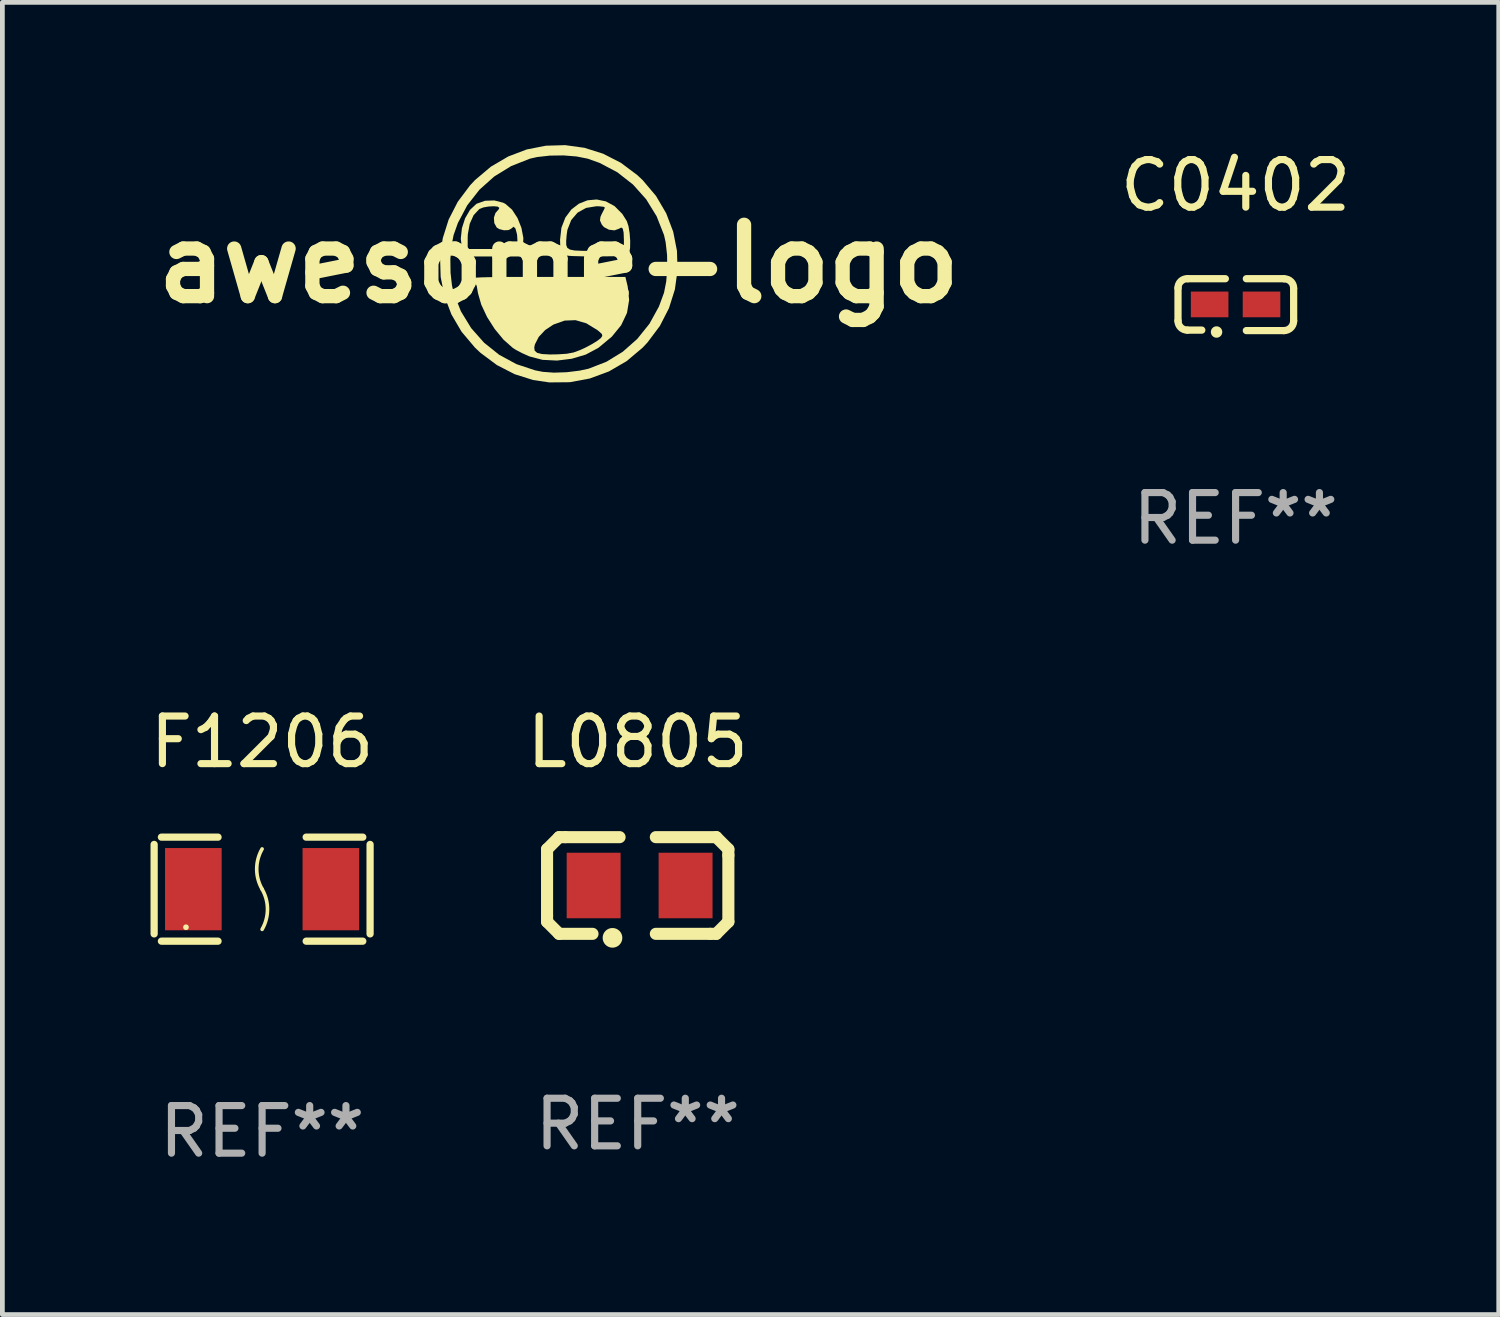
<source format=kicad_pcb>
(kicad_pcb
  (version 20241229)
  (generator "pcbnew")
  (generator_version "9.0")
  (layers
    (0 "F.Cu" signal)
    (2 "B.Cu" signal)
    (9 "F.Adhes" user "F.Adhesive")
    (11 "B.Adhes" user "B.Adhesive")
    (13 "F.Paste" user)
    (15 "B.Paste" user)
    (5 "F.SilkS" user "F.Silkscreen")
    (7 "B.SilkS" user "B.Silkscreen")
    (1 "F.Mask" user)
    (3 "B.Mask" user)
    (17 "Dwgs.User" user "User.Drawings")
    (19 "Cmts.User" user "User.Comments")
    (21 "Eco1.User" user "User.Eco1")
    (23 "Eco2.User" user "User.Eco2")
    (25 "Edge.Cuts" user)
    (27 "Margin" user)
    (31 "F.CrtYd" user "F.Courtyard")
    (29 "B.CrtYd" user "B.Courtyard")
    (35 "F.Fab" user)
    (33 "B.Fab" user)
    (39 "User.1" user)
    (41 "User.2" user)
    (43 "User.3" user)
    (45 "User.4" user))
  (footprint "F1206"
    (layer "F.Cu")
    (at 2.458 15.635)
    (property "Reference" "F1206" (at 0 -3.093 0) (layer "F.SilkS") (effects (font (size 1 1) (thickness 0.15))))
    (attr through_hole)
    (fp_line (start -2.269 -0.94) (end -2.269 0.94) (stroke (width 0.152) (type solid)) (layer "F.SilkS"))
    (fp_line (start -2.116 1.093) (end -0.926 1.093) (stroke (width 0.152) (type solid)) (layer "F.SilkS"))
    (fp_line (start -0.926 -1.093) (end -2.116 -1.093) (stroke (width 0.152) (type solid)) (layer "F.SilkS"))
    (fp_line (start 0.926 -1.093) (end 2.116 -1.093) (stroke (width 0.152) (type solid)) (layer "F.SilkS"))
    (fp_line (start 2.116 1.093) (end 0.926 1.093) (stroke (width 0.152) (type solid)) (layer "F.SilkS"))
    (fp_line (start 2.269 -0.94) (end 2.269 0.94) (stroke (width 0.152) (type solid)) (layer "F.SilkS"))
    (fp_arc (start 0 0) (mid -0.113202 -0.422475) (end 0 -0.844951) (stroke (width 0.0762) (type solid)) (layer "F.SilkS"))
    (fp_arc (start 0 0) (mid 0.113202 0.422475) (end 0 0.844951) (stroke (width 0.0762) (type solid)) (layer "F.SilkS"))
    (fp_circle (center -1.6 0.8) (end -1.57 0.8) (stroke (width 0.06) (type solid)) (fill no) (layer "F.SilkS"))
    (fp_text user "REF**" (at 0 5.093 0) (layer "F.Fab") (effects (font (size 1 1) (thickness 0.15))))
    (pad "1" smd rect (at -1.445 0) (size 1.19 1.728) (layers "F.Cu" "F.Mask" "F.Paste"))
    (pad "2" smd rect (at 1.445 0) (size 1.19 1.728) (layers "F.Cu" "F.Mask" "F.Paste")))
  (footprint "L0805"
    (layer "F.Cu")
    (at 10.391 15.558)
    (property "Reference" "L0805" (at -0.04 -3.016 0) (layer "F.SilkS") (effects (font (size 1 1) (thickness 0.15))))
    (attr through_hole)
    (fp_line (start -1.945 -0.762) (end -1.945 0.635) (stroke (width 0.254) (type solid)) (layer "F.SilkS"))
    (fp_line (start -1.945 0.635) (end -1.945 0.762) (stroke (width 0.254) (type solid)) (layer "F.SilkS"))
    (fp_line (start -1.945 0.762) (end -1.691 1.016) (stroke (width 0.254) (type solid)) (layer "F.SilkS"))
    (fp_line (start -1.691 -1.016) (end -1.945 -0.762) (stroke (width 0.254) (type solid)) (layer "F.SilkS"))
    (fp_line (start -1.691 1.016) (end -0.99 1.016) (stroke (width 0.254) (type solid)) (layer "F.SilkS"))
    (fp_line (start -1.564 -1.016) (end -1.691 -1.016) (stroke (width 0.254) (type solid)) (layer "F.SilkS"))
    (fp_line (start -0.421 -1.016) (end -1.564 -1.016) (stroke (width 0.254) (type solid)) (layer "F.SilkS"))
    (fp_line (start 0.341 1.016) (end 1.484 1.016) (stroke (width 0.254) (type solid)) (layer "F.SilkS"))
    (fp_line (start 1.484 1.016) (end 1.611 1.016) (stroke (width 0.254) (type solid)) (layer "F.SilkS"))
    (fp_line (start 1.611 -1.016) (end 0.341 -1.016) (stroke (width 0.254) (type solid)) (layer "F.SilkS"))
    (fp_line (start 1.611 1.016) (end 1.865 0.762) (stroke (width 0.254) (type solid)) (layer "F.SilkS"))
    (fp_line (start 1.865 -0.762) (end 1.611 -1.016) (stroke (width 0.254) (type solid)) (layer "F.SilkS"))
    (fp_line (start 1.865 -0.635) (end 1.865 -0.762) (stroke (width 0.254) (type solid)) (layer "F.SilkS"))
    (fp_line (start 1.865 0.762) (end 1.865 -0.635) (stroke (width 0.254) (type solid)) (layer "F.SilkS"))
    (fp_circle (center -0.57 1.1) (end -0.395 1.125) (stroke (width 0.06) (type solid)) (fill yes) (layer "F.SilkS"))
    (fp_text user "REF**" (at -0.04 5.016 0) (layer "F.Fab") (effects (font (size 1 1) (thickness 0.15))))
    (pad "1" smd rect (at -0.966 0) (size 1.133 1.377) (layers "F.Cu" "F.Mask" "F.Paste"))
    (pad "2" smd rect (at 0.966 0) (size 1.133 1.377) (layers "F.Cu" "F.Mask" "F.Paste")))
  (footprint "awesome-logo"
    (layer "F.Cu")
    (at 8.693 2.495)
    (property "Reference" "awesome-logo" (at 0 0 0) (layer "F.SilkS") (effects (font (size 1.5 1.5) (thickness 0.3))))
    (attr board_only exclude_from_pos_files exclude_from_bom)
    (fp_poly (pts (xy -1.172 -1.286) (xy -1.124 -1.262) (xy -0.983 -1.14) (xy -0.868 -0.964) (xy -0.786 -0.758) (xy -0.745 -0.544) (xy -0.754 -0.346) (xy -0.777 -0.264) (xy -0.819 -0.156) (xy -1.404 -0.156) (xy -1.99 -0.156) (xy -2.032 -0.313) (xy -1.915 -0.313) (xy -1.409 -0.313) (xy -1.202 -0.313) (xy -1.059 -0.317) (xy -0.969 -0.325) (xy -0.917 -0.341) (xy -0.891 -0.365) (xy -0.879 -0.392) (xy -0.869 -0.483) (xy -0.876 -0.603) (xy -0.88 -0.627) (xy -0.91 -0.74) (xy -0.949 -0.781) (xy -0.994 -0.746) (xy -0.996 -0.742) (xy -1.056 -0.71) (xy -1.153 -0.706) (xy -1.252 -0.731) (xy -1.306 -0.765) (xy -1.356 -0.857) (xy -1.364 -0.972) (xy -1.331 -1.07) (xy -1.309 -1.094) (xy -1.26 -1.151) (xy -1.25 -1.177) (xy -1.284 -1.203) (xy -1.368 -1.211) (xy -1.477 -1.205) (xy -1.585 -1.186) (xy -1.666 -1.154) (xy -1.672 -1.15) (xy -1.79 -1.024) (xy -1.872 -0.842) (xy -1.912 -0.623) (xy -1.915 -0.549) (xy -1.915 -0.313) (xy -2.032 -0.313) (xy -2.035 -0.322) (xy -2.06 -0.531) (xy -2.036 -0.75) (xy -1.969 -0.958) (xy -1.866 -1.135) (xy -1.734 -1.259) (xy -1.723 -1.265) (xy -1.551 -1.326) (xy -1.356 -1.333)) (stroke (width 0) (type solid)) (fill yes) (layer "F.SilkS"))
    (fp_poly (pts (xy 0.989 -1.313) (xy 1.172 -1.213) (xy 1.334 -1.05) (xy 1.429 -0.899) (xy 1.464 -0.793) (xy 1.488 -0.646) (xy 1.5 -0.485) (xy 1.498 -0.337) (xy 1.48 -0.228) (xy 1.469 -0.201) (xy 1.423 -0.182) (xy 1.309 -0.169) (xy 1.125 -0.16) (xy 0.866 -0.157) (xy 0.762 -0.156) (xy 0.478 -0.159) (xy 0.269 -0.165) (xy 0.132 -0.177) (xy 0.063 -0.194) (xy 0.055 -0.201) (xy 0.041 -0.261) (xy 0.03 -0.374) (xy 0.027 -0.485) (xy 0.155 -0.485) (xy 0.156 -0.396) (xy 0.179 -0.336) (xy 0.235 -0.3) (xy 0.333 -0.281) (xy 0.486 -0.274) (xy 0.702 -0.273) (xy 0.78 -0.274) (xy 1.368 -0.274) (xy 1.368 -0.501) (xy 1.362 -0.656) (xy 1.344 -0.741) (xy 1.31 -0.764) (xy 1.266 -0.739) (xy 1.17 -0.704) (xy 1.053 -0.718) (xy 0.948 -0.773) (xy 0.902 -0.827) (xy 0.865 -0.912) (xy 0.875 -0.988) (xy 0.899 -1.042) (xy 0.943 -1.128) (xy 0.969 -1.182) (xy 0.969 -1.182) (xy 0.943 -1.199) (xy 0.859 -1.209) (xy 0.791 -1.211) (xy 0.574 -1.176) (xy 0.395 -1.077) (xy 0.261 -0.921) (xy 0.181 -0.717) (xy 0.165 -0.609) (xy 0.155 -0.485) (xy 0.027 -0.485) (xy 0.026 -0.504) (xy 0.055 -0.76) (xy 0.138 -0.974) (xy 0.265 -1.144) (xy 0.423 -1.265) (xy 0.604 -1.336) (xy 0.796 -1.353)) (stroke (width 0) (type solid)) (fill yes) (layer "F.SilkS"))
    (fp_poly (pts (xy 1.447 0.473) (xy 1.478 0.758) (xy 1.433 1.03) (xy 1.311 1.288) (xy 1.114 1.53) (xy 0.841 1.757) (xy 0.824 1.769) (xy 0.567 1.906) (xy 0.272 1.994) (xy -0.038 2.032) (xy -0.342 2.017) (xy -0.617 1.945) (xy -0.629 1.94) (xy -0.771 1.876) (xy -0.902 1.807) (xy -0.964 1.768) (xy -0.978 1.756) (xy -0.516 1.756) (xy -0.508 1.823) (xy -0.456 1.869) (xy -0.353 1.895) (xy -0.188 1.904) (xy -0.02 1.901) (xy 0.166 1.889) (xy 0.31 1.862) (xy 0.453 1.809) (xy 0.555 1.762) (xy 0.692 1.689) (xy 0.808 1.618) (xy 0.877 1.565) (xy 0.88 1.563) (xy 0.914 1.515) (xy 0.905 1.474) (xy 0.844 1.418) (xy 0.811 1.392) (xy 0.578 1.249) (xy 0.351 1.183) (xy 0.123 1.192) (xy -0.112 1.275) (xy -0.286 1.39) (xy -0.422 1.535) (xy -0.502 1.691) (xy -0.516 1.756) (xy -0.978 1.756) (xy -1.161 1.594) (xy -1.347 1.369) (xy -1.508 1.116) (xy -1.63 0.856) (xy -1.7 0.611) (xy -1.705 0.578) (xy -1.725 0.464) (xy -1.753 0.409) (xy -1.802 0.391) (xy -1.822 0.391) (xy -1.897 0.369) (xy -1.915 0.332) (xy -1.907 0.318) (xy -1.879 0.306) (xy -1.825 0.296) (xy -1.738 0.289) (xy -1.61 0.283) (xy -1.436 0.279) (xy -1.209 0.276) (xy -0.922 0.274) (xy -0.568 0.274) (xy -0.258 0.274) (xy 1.399 0.274)) (stroke (width 0) (type solid)) (fill yes) (layer "F.SilkS"))
    (fp_poly (pts (xy 0.538 -2.439) (xy 0.931 -2.315) (xy 1.304 -2.124) (xy 1.65 -1.865) (xy 1.761 -1.761) (xy 2.043 -1.427) (xy 2.257 -1.062) (xy 2.404 -0.675) (xy 2.483 -0.273) (xy 2.495 0.134) (xy 2.439 0.538) (xy 2.315 0.931) (xy 2.124 1.304) (xy 1.865 1.65) (xy 1.761 1.761) (xy 1.425 2.044) (xy 1.052 2.261) (xy 0.651 2.409) (xy 0.231 2.487) (xy -0.2 2.491) (xy -0.54 2.441) (xy -0.929 2.318) (xy -1.302 2.126) (xy -1.643 1.872) (xy -1.761 1.761) (xy -2.043 1.427) (xy -2.257 1.062) (xy -2.404 0.675) (xy -2.483 0.273) (xy -2.494 -0.098) (xy -2.279 -0.098) (xy -2.275 0.188) (xy -2.245 0.454) (xy -2.211 0.606) (xy -2.057 0.998) (xy -1.841 1.351) (xy -1.569 1.658) (xy -1.251 1.912) (xy -0.891 2.107) (xy -0.499 2.237) (xy -0.336 2.269) (xy -0.103 2.286) (xy 0.166 2.277) (xy 0.435 2.244) (xy 0.625 2.203) (xy 1.001 2.057) (xy 1.345 1.846) (xy 1.649 1.577) (xy 1.905 1.258) (xy 2.104 0.897) (xy 2.211 0.606) (xy 2.257 0.373) (xy 2.279 0.098) (xy 2.275 -0.188) (xy 2.245 -0.454) (xy 2.211 -0.606) (xy 2.055 -1.001) (xy 1.836 -1.357) (xy 1.559 -1.667) (xy 1.231 -1.924) (xy 0.859 -2.121) (xy 0.606 -2.211) (xy 0.373 -2.257) (xy 0.098 -2.279) (xy -0.188 -2.275) (xy -0.454 -2.245) (xy -0.606 -2.211) (xy -1.001 -2.055) (xy -1.357 -1.836) (xy -1.667 -1.559) (xy -1.924 -1.231) (xy -2.121 -0.859) (xy -2.211 -0.606) (xy -2.257 -0.373) (xy -2.279 -0.098) (xy -2.494 -0.098) (xy -2.495 -0.134) (xy -2.439 -0.538) (xy -2.315 -0.931) (xy -2.124 -1.304) (xy -1.865 -1.65) (xy -1.761 -1.761) (xy -1.427 -2.043) (xy -1.062 -2.257) (xy -0.675 -2.404) (xy -0.273 -2.483) (xy 0.134 -2.495)) (stroke (width 0) (type solid)) (fill yes) (layer "F.SilkS")))
  (footprint "C0402"
    (layer "F.Cu")
    (at 22.915 3.347)
    (property "Reference" "C0402" (at 0 -2.499 0) (layer "F.SilkS") (effects (font (size 1 1) (thickness 0.15))))
    (attr smd)
    (fp_line (start -1.21 0.346) (end -1.21 -0.346) (stroke (width 0.152) (type solid)) (layer "F.SilkS"))
    (fp_line (start -1.005 -0.54) (end -0.215 -0.54) (stroke (width 0.152) (type solid)) (layer "F.SilkS"))
    (fp_line (start -0.71 0.54) (end -1.015 0.54) (stroke (width 0.152) (type solid)) (layer "F.SilkS"))
    (fp_line (start 0.226 0.55) (end 1.016 0.55) (stroke (width 0.152) (type solid)) (layer "F.SilkS"))
    (fp_line (start 1.016 -0.54) (end 0.226 -0.54) (stroke (width 0.152) (type solid)) (layer "F.SilkS"))
    (fp_line (start 1.22 0.346) (end 1.22 -0.33) (stroke (width 0.152) (type solid)) (layer "F.SilkS"))
    (fp_arc (start -1.21043 -0.346203) (mid -1.149532 -0.487394) (end -1.005047 -0.539999) (stroke (width 0.1524) (type solid)) (layer "F.SilkS"))
    (fp_arc (start -1.015047 0.54) (mid -1.152899 0.483686) (end -1.210108 0.346203) (stroke (width 0.1524) (type solid)) (layer "F.SilkS"))
    (fp_arc (start 1.026203 -0.536762) (mid 1.163238 -0.48) (end 1.22 -0.342965) (stroke (width 0.1524) (type solid)) (layer "F.SilkS"))
    (fp_arc (start 1.220104 0.346203) (mid 1.160413 0.490309) (end 1.016307 0.55) (stroke (width 0.1524) (type solid)) (layer "F.SilkS"))
    (fp_circle (center -0.4 0.58) (end -0.31 0.58) (stroke (width 0.06) (type solid)) (fill yes) (layer "F.SilkS"))
    (fp_text user "REF**" (at 0 4.499 0) (layer "F.Fab") (effects (font (size 1 1) (thickness 0.15))))
    (pad "1" smd rect (at -0.545 0) (size 0.79 0.54) (layers "F.Cu" "F.Mask" "F.Paste"))
    (pad "2" smd rect (at 0.545 0) (size 0.79 0.54) (layers "F.Cu" "F.Mask" "F.Paste")))
  (gr_rect
    (start -3 -3)
    (end 28.445 24.575)
    (stroke (width 0.1) (type default))
    (fill no)
    (layer "Edge.Cuts")))
</source>
